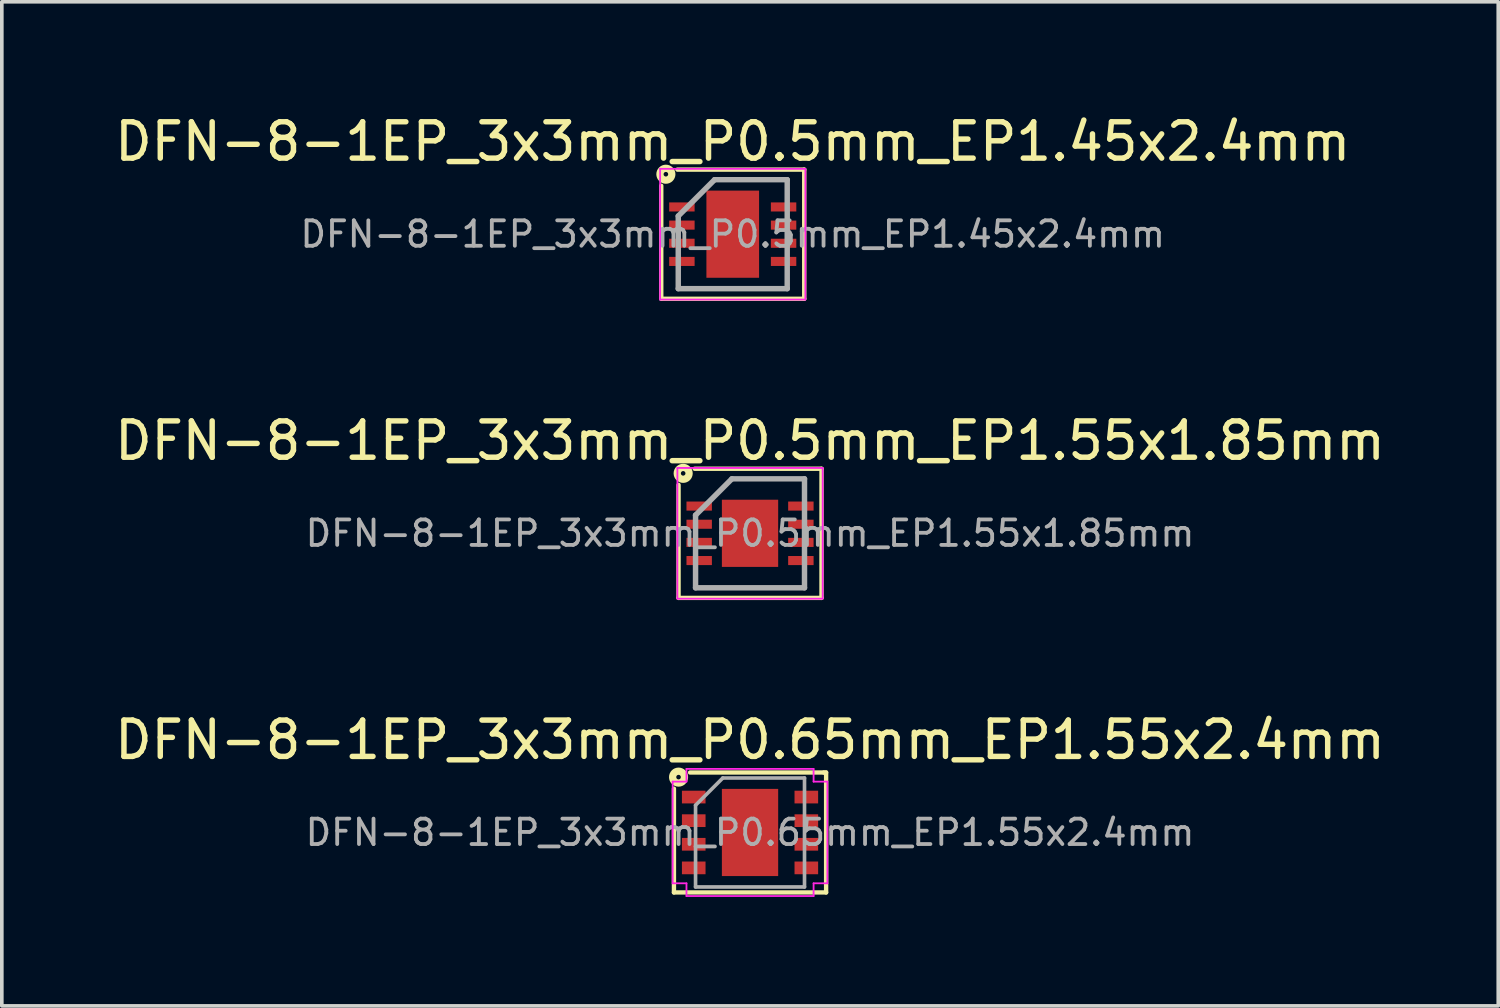
<source format=kicad_pcb>
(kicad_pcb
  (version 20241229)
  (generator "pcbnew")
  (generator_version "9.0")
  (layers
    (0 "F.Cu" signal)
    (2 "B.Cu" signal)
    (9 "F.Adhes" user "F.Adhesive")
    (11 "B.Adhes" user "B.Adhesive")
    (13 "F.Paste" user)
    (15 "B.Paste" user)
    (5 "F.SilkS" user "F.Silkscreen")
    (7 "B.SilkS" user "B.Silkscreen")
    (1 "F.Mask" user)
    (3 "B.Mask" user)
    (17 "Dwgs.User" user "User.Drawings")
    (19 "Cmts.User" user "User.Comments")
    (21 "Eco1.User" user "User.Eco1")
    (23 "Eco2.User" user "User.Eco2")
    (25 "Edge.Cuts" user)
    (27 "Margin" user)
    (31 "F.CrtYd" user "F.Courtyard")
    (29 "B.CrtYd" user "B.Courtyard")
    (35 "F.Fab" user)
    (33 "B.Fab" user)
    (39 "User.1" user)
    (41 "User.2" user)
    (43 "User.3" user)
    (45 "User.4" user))
  (footprint "DFN-8-1EP_3x3mm_P0.5mm_EP1.55x1.85mm"
    (layer "F.Cu")
    (at 17.601 11.634)
    (property "Reference" "DFN-8-1EP_3x3mm_P0.5mm_EP1.55x1.85mm" (at 0 -2.55 0) (layer "F.SilkS") (effects (font (size 1 1) (thickness 0.15))))
    (attr smd)
    (fp_line (start -1.968 1.778) (end -1.968 -1.333) (stroke (width 0.12) (type solid)) (layer "F.SilkS"))
    (fp_line (start -1.524 -1.778) (end 1.968 -1.778) (stroke (width 0.12) (type solid)) (layer "F.SilkS"))
    (fp_line (start 1.968 -1.778) (end 1.968 1.778) (stroke (width 0.12) (type solid)) (layer "F.SilkS"))
    (fp_line (start 1.968 1.778) (end -1.968 1.778) (stroke (width 0.12) (type solid)) (layer "F.SilkS"))
    (fp_circle (center -1.841 -1.651) (end -1.778 -1.651) (stroke (width 0.2) (type solid)) (fill no) (layer "F.SilkS"))
    (fp_line (start -2 -1.8) (end -2 1.8) (stroke (width 0.05) (type solid)) (layer "F.CrtYd"))
    (fp_line (start -2 -1.8) (end 2 -1.8) (stroke (width 0.05) (type solid)) (layer "F.CrtYd"))
    (fp_line (start -2 1.8) (end 2 1.8) (stroke (width 0.05) (type solid)) (layer "F.CrtYd"))
    (fp_line (start 2 -1.8) (end 2 1.8) (stroke (width 0.05) (type solid)) (layer "F.CrtYd"))
    (fp_line (start -1.5 -0.5) (end -0.5 -1.5) (stroke (width 0.15) (type solid)) (layer "F.Fab"))
    (fp_line (start -1.5 1.5) (end -1.5 -0.5) (stroke (width 0.15) (type solid)) (layer "F.Fab"))
    (fp_line (start -0.5 -1.5) (end 1.5 -1.5) (stroke (width 0.15) (type solid)) (layer "F.Fab"))
    (fp_line (start 1.5 -1.5) (end 1.5 1.5) (stroke (width 0.15) (type solid)) (layer "F.Fab"))
    (fp_line (start 1.5 1.5) (end -1.5 1.5) (stroke (width 0.15) (type solid)) (layer "F.Fab"))
    (fp_text user "${REFERENCE}" (at 0 0 0) (layer "F.Fab") (effects (font (size 0.7 0.7) (thickness 0.105))))
    (pad "" smd rect (at -0.356 -0.457) (size 0.55 0.7) (layers "F.Paste"))
    (pad "" smd rect (at -0.356 0.457) (size 0.55 0.7) (layers "F.Paste"))
    (pad "" smd rect (at 0.356 -0.457) (size 0.55 0.7) (layers "F.Paste"))
    (pad "" smd rect (at 0.356 0.457) (size 0.55 0.7) (layers "F.Paste"))
    (pad "1" smd rect (at -1.4 -0.75) (size 0.7 0.25) (layers "F.Cu" "F.Mask" "F.Paste"))
    (pad "2" smd rect (at -1.4 -0.25) (size 0.7 0.25) (layers "F.Cu" "F.Mask" "F.Paste"))
    (pad "3" smd rect (at -1.4 0.25) (size 0.7 0.25) (layers "F.Cu" "F.Mask" "F.Paste"))
    (pad "4" smd rect (at -1.4 0.75) (size 0.7 0.25) (layers "F.Cu" "F.Mask" "F.Paste"))
    (pad "5" smd rect (at 1.4 0.75) (size 0.7 0.25) (layers "F.Cu" "F.Mask" "F.Paste"))
    (pad "6" smd rect (at 1.4 0.25) (size 0.7 0.25) (layers "F.Cu" "F.Mask" "F.Paste"))
    (pad "7" smd rect (at 1.4 -0.25) (size 0.7 0.25) (layers "F.Cu" "F.Mask" "F.Paste"))
    (pad "8" smd rect (at 1.4 -0.75) (size 0.7 0.25) (layers "F.Cu" "F.Mask" "F.Paste"))
    (pad "9" smd rect (at 0 0) (size 1.55 1.85) (layers "F.Cu" "F.Mask")))
  (footprint "DFN-8-1EP_3x3mm_P0.5mm_EP1.45x2.4mm"
    (layer "F.Cu")
    (at 17.125 3.398)
    (property "Reference" "DFN-8-1EP_3x3mm_P0.5mm_EP1.45x2.4mm" (at 0 -2.55 0) (layer "F.SilkS") (effects (font (size 1 1) (thickness 0.15))))
    (attr smd)
    (fp_line (start -1.968 1.778) (end -1.968 -1.333) (stroke (width 0.12) (type solid)) (layer "F.SilkS"))
    (fp_line (start -1.524 -1.778) (end 1.968 -1.778) (stroke (width 0.12) (type solid)) (layer "F.SilkS"))
    (fp_line (start 1.968 -1.778) (end 1.968 1.778) (stroke (width 0.12) (type solid)) (layer "F.SilkS"))
    (fp_line (start 1.968 1.778) (end -1.968 1.778) (stroke (width 0.12) (type solid)) (layer "F.SilkS"))
    (fp_circle (center -1.841 -1.651) (end -1.778 -1.651) (stroke (width 0.2) (type solid)) (fill no) (layer "F.SilkS"))
    (fp_line (start -2 -1.8) (end -2 1.8) (stroke (width 0.05) (type solid)) (layer "F.CrtYd"))
    (fp_line (start -2 -1.8) (end 2 -1.8) (stroke (width 0.05) (type solid)) (layer "F.CrtYd"))
    (fp_line (start -2 1.8) (end 2 1.8) (stroke (width 0.05) (type solid)) (layer "F.CrtYd"))
    (fp_line (start 2 -1.8) (end 2 1.8) (stroke (width 0.05) (type solid)) (layer "F.CrtYd"))
    (fp_line (start -1.5 -0.5) (end -0.5 -1.5) (stroke (width 0.15) (type solid)) (layer "F.Fab"))
    (fp_line (start -1.5 1.5) (end -1.5 -0.5) (stroke (width 0.15) (type solid)) (layer "F.Fab"))
    (fp_line (start -0.5 -1.5) (end 1.5 -1.5) (stroke (width 0.15) (type solid)) (layer "F.Fab"))
    (fp_line (start 1.5 -1.5) (end 1.5 1.5) (stroke (width 0.15) (type solid)) (layer "F.Fab"))
    (fp_line (start 1.5 1.5) (end -1.5 1.5) (stroke (width 0.15) (type solid)) (layer "F.Fab"))
    (fp_text user "${REFERENCE}" (at 0 0 0) (layer "F.Fab") (effects (font (size 0.7 0.7) (thickness 0.105))))
    (pad "" smd rect (at -0.35 -0.595) (size 0.5 1) (layers "F.Paste"))
    (pad "" smd rect (at -0.35 0.595) (size 0.5 1) (layers "F.Paste"))
    (pad "" smd rect (at 0.35 -0.595) (size 0.5 1) (layers "F.Paste"))
    (pad "" smd rect (at 0.35 0.595) (size 0.5 1) (layers "F.Paste"))
    (pad "1" smd rect (at -1.4 -0.75) (size 0.7 0.25) (layers "F.Cu" "F.Mask" "F.Paste"))
    (pad "2" smd rect (at -1.4 -0.25) (size 0.7 0.25) (layers "F.Cu" "F.Mask" "F.Paste"))
    (pad "3" smd rect (at -1.4 0.25) (size 0.7 0.25) (layers "F.Cu" "F.Mask" "F.Paste"))
    (pad "4" smd rect (at -1.4 0.75) (size 0.7 0.25) (layers "F.Cu" "F.Mask" "F.Paste"))
    (pad "5" smd rect (at 1.4 0.75) (size 0.7 0.25) (layers "F.Cu" "F.Mask" "F.Paste"))
    (pad "6" smd rect (at 1.4 0.25) (size 0.7 0.25) (layers "F.Cu" "F.Mask" "F.Paste"))
    (pad "7" smd rect (at 1.4 -0.25) (size 0.7 0.25) (layers "F.Cu" "F.Mask" "F.Paste"))
    (pad "8" smd rect (at 1.4 -0.75) (size 0.7 0.25) (layers "F.Cu" "F.Mask" "F.Paste"))
    (pad "9" smd rect (at 0 0) (size 1.45 2.4) (layers "F.Cu" "F.Mask")))
  (footprint "DFN-8-1EP_3x3mm_P0.65mm_EP1.55x2.4mm"
    (layer "F.Cu")
    (at 17.601 19.871)
    (property "Reference" "DFN-8-1EP_3x3mm_P0.65mm_EP1.55x2.4mm" (at 0 -2.55 0) (layer "F.SilkS") (effects (font (size 1 1) (thickness 0.15))))
    (attr smd)
    (fp_line (start -2.095 1.651) (end -2.095 -1.206) (stroke (width 0.12) (type solid)) (layer "F.SilkS"))
    (fp_line (start -1.651 -1.651) (end 2.032 -1.651) (stroke (width 0.12) (type solid)) (layer "F.SilkS"))
    (fp_line (start 2.032 -1.651) (end 2.095 -1.651) (stroke (width 0.12) (type solid)) (layer "F.SilkS"))
    (fp_line (start 2.095 -1.651) (end 2.095 1.651) (stroke (width 0.12) (type solid)) (layer "F.SilkS"))
    (fp_line (start 2.095 1.651) (end -2.095 1.651) (stroke (width 0.12) (type solid)) (layer "F.SilkS"))
    (fp_circle (center -1.968 -1.524) (end -1.905 -1.524) (stroke (width 0.2) (type solid)) (fill no) (layer "F.SilkS"))
    (fp_line (start -2.13 -1.4) (end -2.13 1.4) (stroke (width 0.05) (type solid)) (layer "F.CrtYd"))
    (fp_line (start -1.75 -1.75) (end -1.75 -1.4) (stroke (width 0.05) (type solid)) (layer "F.CrtYd"))
    (fp_line (start -1.75 -1.75) (end 1.75 -1.75) (stroke (width 0.05) (type solid)) (layer "F.CrtYd"))
    (fp_line (start -1.75 -1.4) (end -2.13 -1.4) (stroke (width 0.05) (type solid)) (layer "F.CrtYd"))
    (fp_line (start -1.75 1.4) (end -2.13 1.4) (stroke (width 0.05) (type solid)) (layer "F.CrtYd"))
    (fp_line (start -1.75 1.75) (end -1.75 1.4) (stroke (width 0.05) (type solid)) (layer "F.CrtYd"))
    (fp_line (start -1.75 1.75) (end 1.75 1.75) (stroke (width 0.05) (type solid)) (layer "F.CrtYd"))
    (fp_line (start 1.75 -1.75) (end 1.75 -1.4) (stroke (width 0.05) (type solid)) (layer "F.CrtYd"))
    (fp_line (start 1.75 -1.4) (end 2.13 -1.4) (stroke (width 0.05) (type solid)) (layer "F.CrtYd"))
    (fp_line (start 1.75 1.4) (end 2.13 1.4) (stroke (width 0.05) (type solid)) (layer "F.CrtYd"))
    (fp_line (start 1.75 1.75) (end 1.75 1.4) (stroke (width 0.05) (type solid)) (layer "F.CrtYd"))
    (fp_line (start 2.13 -1.4) (end 2.13 1.4) (stroke (width 0.05) (type solid)) (layer "F.CrtYd"))
    (fp_line (start -1.5 -0.75) (end -0.75 -1.5) (stroke (width 0.1) (type solid)) (layer "F.Fab"))
    (fp_line (start -1.5 1.5) (end -1.5 -0.75) (stroke (width 0.1) (type solid)) (layer "F.Fab"))
    (fp_line (start -0.75 -1.5) (end 1.5 -1.5) (stroke (width 0.1) (type solid)) (layer "F.Fab"))
    (fp_line (start 1.5 -1.5) (end 1.5 1.5) (stroke (width 0.1) (type solid)) (layer "F.Fab"))
    (fp_line (start 1.5 1.5) (end -1.5 1.5) (stroke (width 0.1) (type solid)) (layer "F.Fab"))
    (fp_text user "${REFERENCE}" (at 0 0 0) (layer "F.Fab") (effects (font (size 0.7 0.7) (thickness 0.105))))
    (pad "" smd rect (at -0.388 -0.6) (size 0.6 1) (layers "F.Paste"))
    (pad "" smd rect (at -0.388 0.6) (size 0.6 1) (layers "F.Paste"))
    (pad "" smd rect (at 0.388 -0.6) (size 0.6 1) (layers "F.Paste"))
    (pad "" smd rect (at 0.388 0.6) (size 0.6 1) (layers "F.Paste"))
    (pad "1" smd rect (at -1.55 -0.975) (size 0.65 0.35) (layers "F.Cu" "F.Mask" "F.Paste"))
    (pad "2" smd rect (at -1.55 -0.325) (size 0.65 0.35) (layers "F.Cu" "F.Mask" "F.Paste"))
    (pad "3" smd rect (at -1.55 0.325) (size 0.65 0.35) (layers "F.Cu" "F.Mask" "F.Paste"))
    (pad "4" smd rect (at -1.55 0.975) (size 0.65 0.35) (layers "F.Cu" "F.Mask" "F.Paste"))
    (pad "5" smd rect (at 1.55 0.975) (size 0.65 0.35) (layers "F.Cu" "F.Mask" "F.Paste"))
    (pad "6" smd rect (at 1.55 0.325) (size 0.65 0.35) (layers "F.Cu" "F.Mask" "F.Paste"))
    (pad "7" smd rect (at 1.55 -0.325) (size 0.65 0.35) (layers "F.Cu" "F.Mask" "F.Paste"))
    (pad "8" smd rect (at 1.55 -0.975) (size 0.65 0.35) (layers "F.Cu" "F.Mask" "F.Paste"))
    (pad "9" smd rect (at 0 0) (size 1.55 2.4) (layers "F.Cu" "F.Mask")))
  (gr_rect
    (start -3 -3)
    (end 38.202 24.646)
    (stroke (width 0.1) (type default))
    (fill no)
    (layer "Edge.Cuts")))
</source>
